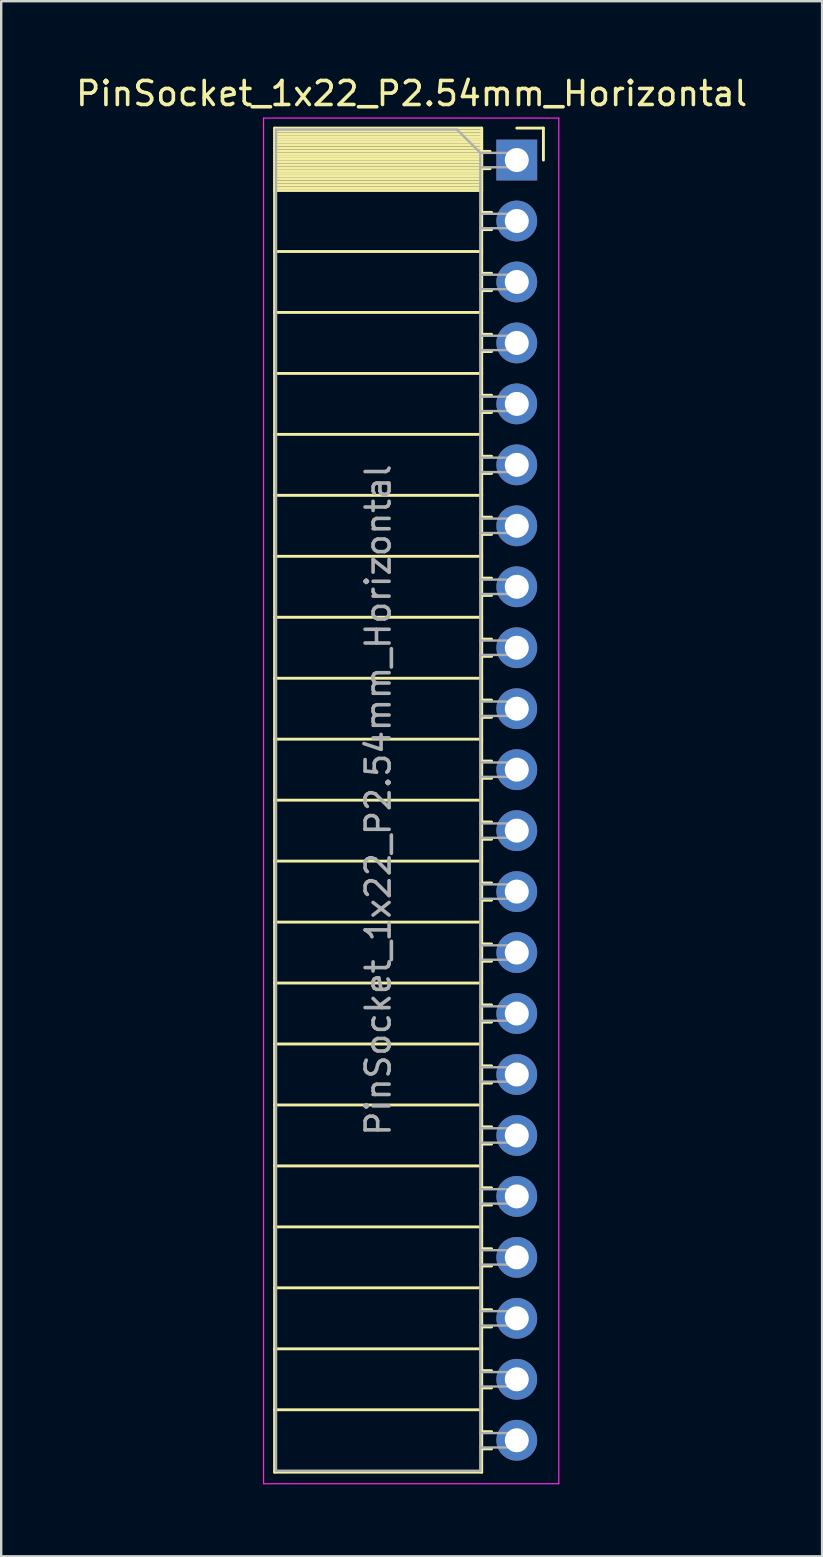
<source format=kicad_pcb>
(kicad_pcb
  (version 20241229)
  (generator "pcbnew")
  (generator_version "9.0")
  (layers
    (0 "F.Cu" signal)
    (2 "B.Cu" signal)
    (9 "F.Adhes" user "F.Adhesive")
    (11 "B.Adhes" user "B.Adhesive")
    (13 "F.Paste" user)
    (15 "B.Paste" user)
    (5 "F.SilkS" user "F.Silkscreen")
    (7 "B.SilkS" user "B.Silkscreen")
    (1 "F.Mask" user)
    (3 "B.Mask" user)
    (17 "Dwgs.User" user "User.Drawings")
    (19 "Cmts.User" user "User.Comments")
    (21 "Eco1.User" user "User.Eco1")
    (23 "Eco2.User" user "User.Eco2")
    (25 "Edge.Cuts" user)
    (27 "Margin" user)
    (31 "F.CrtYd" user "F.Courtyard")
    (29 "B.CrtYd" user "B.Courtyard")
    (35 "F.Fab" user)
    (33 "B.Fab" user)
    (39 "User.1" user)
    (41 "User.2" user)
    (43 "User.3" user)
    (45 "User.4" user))
  (footprint "PinSocket_1x22_P2.54mm_Horizontal"
    (layer "F.Cu")
    (at 18.481 3.618)
    (property "Reference" "PinSocket_1x22_P2.54mm_Horizontal" (at -4.38 -2.77 0) (layer "F.SilkS") (effects (font (size 1 1) (thickness 0.15))))
    (attr through_hole)
    (fp_line (start -10.09 -1.33) (end -10.09 54.67) (stroke (width 0.12) (type solid)) (layer "F.SilkS"))
    (fp_line (start -10.09 -1.33) (end -1.46 -1.33) (stroke (width 0.12) (type solid)) (layer "F.SilkS"))
    (fp_line (start -10.09 -1.21) (end -1.46 -1.21) (stroke (width 0.12) (type solid)) (layer "F.SilkS"))
    (fp_line (start -10.09 -1.092) (end -1.46 -1.092) (stroke (width 0.12) (type solid)) (layer "F.SilkS"))
    (fp_line (start -10.09 -0.974) (end -1.46 -0.974) (stroke (width 0.12) (type solid)) (layer "F.SilkS"))
    (fp_line (start -10.09 -0.856) (end -1.46 -0.856) (stroke (width 0.12) (type solid)) (layer "F.SilkS"))
    (fp_line (start -10.09 -0.738) (end -1.46 -0.738) (stroke (width 0.12) (type solid)) (layer "F.SilkS"))
    (fp_line (start -10.09 -0.62) (end -1.46 -0.62) (stroke (width 0.12) (type solid)) (layer "F.SilkS"))
    (fp_line (start -10.09 -0.501) (end -1.46 -0.501) (stroke (width 0.12) (type solid)) (layer "F.SilkS"))
    (fp_line (start -10.09 -0.383) (end -1.46 -0.383) (stroke (width 0.12) (type solid)) (layer "F.SilkS"))
    (fp_line (start -10.09 -0.265) (end -1.46 -0.265) (stroke (width 0.12) (type solid)) (layer "F.SilkS"))
    (fp_line (start -10.09 -0.147) (end -1.46 -0.147) (stroke (width 0.12) (type solid)) (layer "F.SilkS"))
    (fp_line (start -10.09 -0.029) (end -1.46 -0.029) (stroke (width 0.12) (type solid)) (layer "F.SilkS"))
    (fp_line (start -10.09 0.089) (end -1.46 0.089) (stroke (width 0.12) (type solid)) (layer "F.SilkS"))
    (fp_line (start -10.09 0.207) (end -1.46 0.207) (stroke (width 0.12) (type solid)) (layer "F.SilkS"))
    (fp_line (start -10.09 0.325) (end -1.46 0.325) (stroke (width 0.12) (type solid)) (layer "F.SilkS"))
    (fp_line (start -10.09 0.443) (end -1.46 0.443) (stroke (width 0.12) (type solid)) (layer "F.SilkS"))
    (fp_line (start -10.09 0.561) (end -1.46 0.561) (stroke (width 0.12) (type solid)) (layer "F.SilkS"))
    (fp_line (start -10.09 0.68) (end -1.46 0.68) (stroke (width 0.12) (type solid)) (layer "F.SilkS"))
    (fp_line (start -10.09 0.798) (end -1.46 0.798) (stroke (width 0.12) (type solid)) (layer "F.SilkS"))
    (fp_line (start -10.09 0.916) (end -1.46 0.916) (stroke (width 0.12) (type solid)) (layer "F.SilkS"))
    (fp_line (start -10.09 1.034) (end -1.46 1.034) (stroke (width 0.12) (type solid)) (layer "F.SilkS"))
    (fp_line (start -10.09 1.152) (end -1.46 1.152) (stroke (width 0.12) (type solid)) (layer "F.SilkS"))
    (fp_line (start -10.09 1.27) (end -1.46 1.27) (stroke (width 0.12) (type solid)) (layer "F.SilkS"))
    (fp_line (start -10.09 3.81) (end -1.46 3.81) (stroke (width 0.12) (type solid)) (layer "F.SilkS"))
    (fp_line (start -10.09 6.35) (end -1.46 6.35) (stroke (width 0.12) (type solid)) (layer "F.SilkS"))
    (fp_line (start -10.09 8.89) (end -1.46 8.89) (stroke (width 0.12) (type solid)) (layer "F.SilkS"))
    (fp_line (start -10.09 11.43) (end -1.46 11.43) (stroke (width 0.12) (type solid)) (layer "F.SilkS"))
    (fp_line (start -10.09 13.97) (end -1.46 13.97) (stroke (width 0.12) (type solid)) (layer "F.SilkS"))
    (fp_line (start -10.09 16.51) (end -1.46 16.51) (stroke (width 0.12) (type solid)) (layer "F.SilkS"))
    (fp_line (start -10.09 19.05) (end -1.46 19.05) (stroke (width 0.12) (type solid)) (layer "F.SilkS"))
    (fp_line (start -10.09 21.59) (end -1.46 21.59) (stroke (width 0.12) (type solid)) (layer "F.SilkS"))
    (fp_line (start -10.09 24.13) (end -1.46 24.13) (stroke (width 0.12) (type solid)) (layer "F.SilkS"))
    (fp_line (start -10.09 26.67) (end -1.46 26.67) (stroke (width 0.12) (type solid)) (layer "F.SilkS"))
    (fp_line (start -10.09 29.21) (end -1.46 29.21) (stroke (width 0.12) (type solid)) (layer "F.SilkS"))
    (fp_line (start -10.09 31.75) (end -1.46 31.75) (stroke (width 0.12) (type solid)) (layer "F.SilkS"))
    (fp_line (start -10.09 34.29) (end -1.46 34.29) (stroke (width 0.12) (type solid)) (layer "F.SilkS"))
    (fp_line (start -10.09 36.83) (end -1.46 36.83) (stroke (width 0.12) (type solid)) (layer "F.SilkS"))
    (fp_line (start -10.09 39.37) (end -1.46 39.37) (stroke (width 0.12) (type solid)) (layer "F.SilkS"))
    (fp_line (start -10.09 41.91) (end -1.46 41.91) (stroke (width 0.12) (type solid)) (layer "F.SilkS"))
    (fp_line (start -10.09 44.45) (end -1.46 44.45) (stroke (width 0.12) (type solid)) (layer "F.SilkS"))
    (fp_line (start -10.09 46.99) (end -1.46 46.99) (stroke (width 0.12) (type solid)) (layer "F.SilkS"))
    (fp_line (start -10.09 49.53) (end -1.46 49.53) (stroke (width 0.12) (type solid)) (layer "F.SilkS"))
    (fp_line (start -10.09 52.07) (end -1.46 52.07) (stroke (width 0.12) (type solid)) (layer "F.SilkS"))
    (fp_line (start -10.09 54.67) (end -1.46 54.67) (stroke (width 0.12) (type solid)) (layer "F.SilkS"))
    (fp_line (start -1.46 -1.33) (end -1.46 54.67) (stroke (width 0.12) (type solid)) (layer "F.SilkS"))
    (fp_line (start -1.46 -0.36) (end -1.11 -0.36) (stroke (width 0.12) (type solid)) (layer "F.SilkS"))
    (fp_line (start -1.46 0.36) (end -1.11 0.36) (stroke (width 0.12) (type solid)) (layer "F.SilkS"))
    (fp_line (start -1.46 2.18) (end -1.05 2.18) (stroke (width 0.12) (type solid)) (layer "F.SilkS"))
    (fp_line (start -1.46 2.9) (end -1.05 2.9) (stroke (width 0.12) (type solid)) (layer "F.SilkS"))
    (fp_line (start -1.46 4.72) (end -1.05 4.72) (stroke (width 0.12) (type solid)) (layer "F.SilkS"))
    (fp_line (start -1.46 5.44) (end -1.05 5.44) (stroke (width 0.12) (type solid)) (layer "F.SilkS"))
    (fp_line (start -1.46 7.26) (end -1.05 7.26) (stroke (width 0.12) (type solid)) (layer "F.SilkS"))
    (fp_line (start -1.46 7.98) (end -1.05 7.98) (stroke (width 0.12) (type solid)) (layer "F.SilkS"))
    (fp_line (start -1.46 9.8) (end -1.05 9.8) (stroke (width 0.12) (type solid)) (layer "F.SilkS"))
    (fp_line (start -1.46 10.52) (end -1.05 10.52) (stroke (width 0.12) (type solid)) (layer "F.SilkS"))
    (fp_line (start -1.46 12.34) (end -1.05 12.34) (stroke (width 0.12) (type solid)) (layer "F.SilkS"))
    (fp_line (start -1.46 13.06) (end -1.05 13.06) (stroke (width 0.12) (type solid)) (layer "F.SilkS"))
    (fp_line (start -1.46 14.88) (end -1.05 14.88) (stroke (width 0.12) (type solid)) (layer "F.SilkS"))
    (fp_line (start -1.46 15.6) (end -1.05 15.6) (stroke (width 0.12) (type solid)) (layer "F.SilkS"))
    (fp_line (start -1.46 17.42) (end -1.05 17.42) (stroke (width 0.12) (type solid)) (layer "F.SilkS"))
    (fp_line (start -1.46 18.14) (end -1.05 18.14) (stroke (width 0.12) (type solid)) (layer "F.SilkS"))
    (fp_line (start -1.46 19.96) (end -1.05 19.96) (stroke (width 0.12) (type solid)) (layer "F.SilkS"))
    (fp_line (start -1.46 20.68) (end -1.05 20.68) (stroke (width 0.12) (type solid)) (layer "F.SilkS"))
    (fp_line (start -1.46 22.5) (end -1.05 22.5) (stroke (width 0.12) (type solid)) (layer "F.SilkS"))
    (fp_line (start -1.46 23.22) (end -1.05 23.22) (stroke (width 0.12) (type solid)) (layer "F.SilkS"))
    (fp_line (start -1.46 25.04) (end -1.05 25.04) (stroke (width 0.12) (type solid)) (layer "F.SilkS"))
    (fp_line (start -1.46 25.76) (end -1.05 25.76) (stroke (width 0.12) (type solid)) (layer "F.SilkS"))
    (fp_line (start -1.46 27.58) (end -1.05 27.58) (stroke (width 0.12) (type solid)) (layer "F.SilkS"))
    (fp_line (start -1.46 28.3) (end -1.05 28.3) (stroke (width 0.12) (type solid)) (layer "F.SilkS"))
    (fp_line (start -1.46 30.12) (end -1.05 30.12) (stroke (width 0.12) (type solid)) (layer "F.SilkS"))
    (fp_line (start -1.46 30.84) (end -1.05 30.84) (stroke (width 0.12) (type solid)) (layer "F.SilkS"))
    (fp_line (start -1.46 32.66) (end -1.05 32.66) (stroke (width 0.12) (type solid)) (layer "F.SilkS"))
    (fp_line (start -1.46 33.38) (end -1.05 33.38) (stroke (width 0.12) (type solid)) (layer "F.SilkS"))
    (fp_line (start -1.46 35.2) (end -1.05 35.2) (stroke (width 0.12) (type solid)) (layer "F.SilkS"))
    (fp_line (start -1.46 35.92) (end -1.05 35.92) (stroke (width 0.12) (type solid)) (layer "F.SilkS"))
    (fp_line (start -1.46 37.74) (end -1.05 37.74) (stroke (width 0.12) (type solid)) (layer "F.SilkS"))
    (fp_line (start -1.46 38.46) (end -1.05 38.46) (stroke (width 0.12) (type solid)) (layer "F.SilkS"))
    (fp_line (start -1.46 40.28) (end -1.05 40.28) (stroke (width 0.12) (type solid)) (layer "F.SilkS"))
    (fp_line (start -1.46 41) (end -1.05 41) (stroke (width 0.12) (type solid)) (layer "F.SilkS"))
    (fp_line (start -1.46 42.82) (end -1.05 42.82) (stroke (width 0.12) (type solid)) (layer "F.SilkS"))
    (fp_line (start -1.46 43.54) (end -1.05 43.54) (stroke (width 0.12) (type solid)) (layer "F.SilkS"))
    (fp_line (start -1.46 45.36) (end -1.05 45.36) (stroke (width 0.12) (type solid)) (layer "F.SilkS"))
    (fp_line (start -1.46 46.08) (end -1.05 46.08) (stroke (width 0.12) (type solid)) (layer "F.SilkS"))
    (fp_line (start -1.46 47.9) (end -1.05 47.9) (stroke (width 0.12) (type solid)) (layer "F.SilkS"))
    (fp_line (start -1.46 48.62) (end -1.05 48.62) (stroke (width 0.12) (type solid)) (layer "F.SilkS"))
    (fp_line (start -1.46 50.44) (end -1.05 50.44) (stroke (width 0.12) (type solid)) (layer "F.SilkS"))
    (fp_line (start -1.46 51.16) (end -1.05 51.16) (stroke (width 0.12) (type solid)) (layer "F.SilkS"))
    (fp_line (start -1.46 52.98) (end -1.05 52.98) (stroke (width 0.12) (type solid)) (layer "F.SilkS"))
    (fp_line (start -1.46 53.7) (end -1.05 53.7) (stroke (width 0.12) (type solid)) (layer "F.SilkS"))
    (fp_line (start 0 -1.33) (end 1.11 -1.33) (stroke (width 0.12) (type solid)) (layer "F.SilkS"))
    (fp_line (start 1.11 -1.33) (end 1.11 0) (stroke (width 0.12) (type solid)) (layer "F.SilkS"))
    (fp_line (start -10.55 -1.75) (end -10.55 55.15) (stroke (width 0.05) (type solid)) (layer "F.CrtYd"))
    (fp_line (start -10.55 55.15) (end 1.75 55.15) (stroke (width 0.05) (type solid)) (layer "F.CrtYd"))
    (fp_line (start 1.75 -1.75) (end -10.55 -1.75) (stroke (width 0.05) (type solid)) (layer "F.CrtYd"))
    (fp_line (start 1.75 55.15) (end 1.75 -1.75) (stroke (width 0.05) (type solid)) (layer "F.CrtYd"))
    (fp_line (start -10.03 -1.27) (end -2.49 -1.27) (stroke (width 0.1) (type solid)) (layer "F.Fab"))
    (fp_line (start -10.03 54.61) (end -10.03 -1.27) (stroke (width 0.1) (type solid)) (layer "F.Fab"))
    (fp_line (start -2.49 -1.27) (end -1.52 -0.3) (stroke (width 0.1) (type solid)) (layer "F.Fab"))
    (fp_line (start -1.52 -0.3) (end -1.52 54.61) (stroke (width 0.1) (type solid)) (layer "F.Fab"))
    (fp_line (start -1.52 0.3) (end 0 0.3) (stroke (width 0.1) (type solid)) (layer "F.Fab"))
    (fp_line (start -1.52 2.84) (end 0 2.84) (stroke (width 0.1) (type solid)) (layer "F.Fab"))
    (fp_line (start -1.52 5.38) (end 0 5.38) (stroke (width 0.1) (type solid)) (layer "F.Fab"))
    (fp_line (start -1.52 7.92) (end 0 7.92) (stroke (width 0.1) (type solid)) (layer "F.Fab"))
    (fp_line (start -1.52 10.46) (end 0 10.46) (stroke (width 0.1) (type solid)) (layer "F.Fab"))
    (fp_line (start -1.52 13) (end 0 13) (stroke (width 0.1) (type solid)) (layer "F.Fab"))
    (fp_line (start -1.52 15.54) (end 0 15.54) (stroke (width 0.1) (type solid)) (layer "F.Fab"))
    (fp_line (start -1.52 18.08) (end 0 18.08) (stroke (width 0.1) (type solid)) (layer "F.Fab"))
    (fp_line (start -1.52 20.62) (end 0 20.62) (stroke (width 0.1) (type solid)) (layer "F.Fab"))
    (fp_line (start -1.52 23.16) (end 0 23.16) (stroke (width 0.1) (type solid)) (layer "F.Fab"))
    (fp_line (start -1.52 25.7) (end 0 25.7) (stroke (width 0.1) (type solid)) (layer "F.Fab"))
    (fp_line (start -1.52 28.24) (end 0 28.24) (stroke (width 0.1) (type solid)) (layer "F.Fab"))
    (fp_line (start -1.52 30.78) (end 0 30.78) (stroke (width 0.1) (type solid)) (layer "F.Fab"))
    (fp_line (start -1.52 33.32) (end 0 33.32) (stroke (width 0.1) (type solid)) (layer "F.Fab"))
    (fp_line (start -1.52 35.86) (end 0 35.86) (stroke (width 0.1) (type solid)) (layer "F.Fab"))
    (fp_line (start -1.52 38.4) (end 0 38.4) (stroke (width 0.1) (type solid)) (layer "F.Fab"))
    (fp_line (start -1.52 40.94) (end 0 40.94) (stroke (width 0.1) (type solid)) (layer "F.Fab"))
    (fp_line (start -1.52 43.48) (end 0 43.48) (stroke (width 0.1) (type solid)) (layer "F.Fab"))
    (fp_line (start -1.52 46.02) (end 0 46.02) (stroke (width 0.1) (type solid)) (layer "F.Fab"))
    (fp_line (start -1.52 48.56) (end 0 48.56) (stroke (width 0.1) (type solid)) (layer "F.Fab"))
    (fp_line (start -1.52 51.1) (end 0 51.1) (stroke (width 0.1) (type solid)) (layer "F.Fab"))
    (fp_line (start -1.52 53.64) (end 0 53.64) (stroke (width 0.1) (type solid)) (layer "F.Fab"))
    (fp_line (start -1.52 54.61) (end -10.03 54.61) (stroke (width 0.1) (type solid)) (layer "F.Fab"))
    (fp_line (start 0 -0.3) (end -1.52 -0.3) (stroke (width 0.1) (type solid)) (layer "F.Fab"))
    (fp_line (start 0 0.3) (end 0 -0.3) (stroke (width 0.1) (type solid)) (layer "F.Fab"))
    (fp_line (start 0 2.24) (end -1.52 2.24) (stroke (width 0.1) (type solid)) (layer "F.Fab"))
    (fp_line (start 0 2.84) (end 0 2.24) (stroke (width 0.1) (type solid)) (layer "F.Fab"))
    (fp_line (start 0 4.78) (end -1.52 4.78) (stroke (width 0.1) (type solid)) (layer "F.Fab"))
    (fp_line (start 0 5.38) (end 0 4.78) (stroke (width 0.1) (type solid)) (layer "F.Fab"))
    (fp_line (start 0 7.32) (end -1.52 7.32) (stroke (width 0.1) (type solid)) (layer "F.Fab"))
    (fp_line (start 0 7.92) (end 0 7.32) (stroke (width 0.1) (type solid)) (layer "F.Fab"))
    (fp_line (start 0 9.86) (end -1.52 9.86) (stroke (width 0.1) (type solid)) (layer "F.Fab"))
    (fp_line (start 0 10.46) (end 0 9.86) (stroke (width 0.1) (type solid)) (layer "F.Fab"))
    (fp_line (start 0 12.4) (end -1.52 12.4) (stroke (width 0.1) (type solid)) (layer "F.Fab"))
    (fp_line (start 0 13) (end 0 12.4) (stroke (width 0.1) (type solid)) (layer "F.Fab"))
    (fp_line (start 0 14.94) (end -1.52 14.94) (stroke (width 0.1) (type solid)) (layer "F.Fab"))
    (fp_line (start 0 15.54) (end 0 14.94) (stroke (width 0.1) (type solid)) (layer "F.Fab"))
    (fp_line (start 0 17.48) (end -1.52 17.48) (stroke (width 0.1) (type solid)) (layer "F.Fab"))
    (fp_line (start 0 18.08) (end 0 17.48) (stroke (width 0.1) (type solid)) (layer "F.Fab"))
    (fp_line (start 0 20.02) (end -1.52 20.02) (stroke (width 0.1) (type solid)) (layer "F.Fab"))
    (fp_line (start 0 20.62) (end 0 20.02) (stroke (width 0.1) (type solid)) (layer "F.Fab"))
    (fp_line (start 0 22.56) (end -1.52 22.56) (stroke (width 0.1) (type solid)) (layer "F.Fab"))
    (fp_line (start 0 23.16) (end 0 22.56) (stroke (width 0.1) (type solid)) (layer "F.Fab"))
    (fp_line (start 0 25.1) (end -1.52 25.1) (stroke (width 0.1) (type solid)) (layer "F.Fab"))
    (fp_line (start 0 25.7) (end 0 25.1) (stroke (width 0.1) (type solid)) (layer "F.Fab"))
    (fp_line (start 0 27.64) (end -1.52 27.64) (stroke (width 0.1) (type solid)) (layer "F.Fab"))
    (fp_line (start 0 28.24) (end 0 27.64) (stroke (width 0.1) (type solid)) (layer "F.Fab"))
    (fp_line (start 0 30.18) (end -1.52 30.18) (stroke (width 0.1) (type solid)) (layer "F.Fab"))
    (fp_line (start 0 30.78) (end 0 30.18) (stroke (width 0.1) (type solid)) (layer "F.Fab"))
    (fp_line (start 0 32.72) (end -1.52 32.72) (stroke (width 0.1) (type solid)) (layer "F.Fab"))
    (fp_line (start 0 33.32) (end 0 32.72) (stroke (width 0.1) (type solid)) (layer "F.Fab"))
    (fp_line (start 0 35.26) (end -1.52 35.26) (stroke (width 0.1) (type solid)) (layer "F.Fab"))
    (fp_line (start 0 35.86) (end 0 35.26) (stroke (width 0.1) (type solid)) (layer "F.Fab"))
    (fp_line (start 0 37.8) (end -1.52 37.8) (stroke (width 0.1) (type solid)) (layer "F.Fab"))
    (fp_line (start 0 38.4) (end 0 37.8) (stroke (width 0.1) (type solid)) (layer "F.Fab"))
    (fp_line (start 0 40.34) (end -1.52 40.34) (stroke (width 0.1) (type solid)) (layer "F.Fab"))
    (fp_line (start 0 40.94) (end 0 40.34) (stroke (width 0.1) (type solid)) (layer "F.Fab"))
    (fp_line (start 0 42.88) (end -1.52 42.88) (stroke (width 0.1) (type solid)) (layer "F.Fab"))
    (fp_line (start 0 43.48) (end 0 42.88) (stroke (width 0.1) (type solid)) (layer "F.Fab"))
    (fp_line (start 0 45.42) (end -1.52 45.42) (stroke (width 0.1) (type solid)) (layer "F.Fab"))
    (fp_line (start 0 46.02) (end 0 45.42) (stroke (width 0.1) (type solid)) (layer "F.Fab"))
    (fp_line (start 0 47.96) (end -1.52 47.96) (stroke (width 0.1) (type solid)) (layer "F.Fab"))
    (fp_line (start 0 48.56) (end 0 47.96) (stroke (width 0.1) (type solid)) (layer "F.Fab"))
    (fp_line (start 0 50.5) (end -1.52 50.5) (stroke (width 0.1) (type solid)) (layer "F.Fab"))
    (fp_line (start 0 51.1) (end 0 50.5) (stroke (width 0.1) (type solid)) (layer "F.Fab"))
    (fp_line (start 0 53.04) (end -1.52 53.04) (stroke (width 0.1) (type solid)) (layer "F.Fab"))
    (fp_line (start 0 53.64) (end 0 53.04) (stroke (width 0.1) (type solid)) (layer "F.Fab"))
    (fp_text user "${REFERENCE}" (at -5.775 26.67 90) (layer "F.Fab") (effects (font (size 1 1) (thickness 0.15))))
    (pad "1" thru_hole rect (at 0 0) (size 1.7 1.7) (drill 1) (layers "*.Cu" "*.Mask"))
    (pad "2" thru_hole oval (at 0 2.54) (size 1.7 1.7) (drill 1) (layers "*.Cu" "*.Mask"))
    (pad "3" thru_hole oval (at 0 5.08) (size 1.7 1.7) (drill 1) (layers "*.Cu" "*.Mask"))
    (pad "4" thru_hole oval (at 0 7.62) (size 1.7 1.7) (drill 1) (layers "*.Cu" "*.Mask"))
    (pad "5" thru_hole oval (at 0 10.16) (size 1.7 1.7) (drill 1) (layers "*.Cu" "*.Mask"))
    (pad "6" thru_hole oval (at 0 12.7) (size 1.7 1.7) (drill 1) (layers "*.Cu" "*.Mask"))
    (pad "7" thru_hole oval (at 0 15.24) (size 1.7 1.7) (drill 1) (layers "*.Cu" "*.Mask"))
    (pad "8" thru_hole oval (at 0 17.78) (size 1.7 1.7) (drill 1) (layers "*.Cu" "*.Mask"))
    (pad "9" thru_hole oval (at 0 20.32) (size 1.7 1.7) (drill 1) (layers "*.Cu" "*.Mask"))
    (pad "10" thru_hole oval (at 0 22.86) (size 1.7 1.7) (drill 1) (layers "*.Cu" "*.Mask"))
    (pad "11" thru_hole oval (at 0 25.4) (size 1.7 1.7) (drill 1) (layers "*.Cu" "*.Mask"))
    (pad "12" thru_hole oval (at 0 27.94) (size 1.7 1.7) (drill 1) (layers "*.Cu" "*.Mask"))
    (pad "13" thru_hole oval (at 0 30.48) (size 1.7 1.7) (drill 1) (layers "*.Cu" "*.Mask"))
    (pad "14" thru_hole oval (at 0 33.02) (size 1.7 1.7) (drill 1) (layers "*.Cu" "*.Mask"))
    (pad "15" thru_hole oval (at 0 35.56) (size 1.7 1.7) (drill 1) (layers "*.Cu" "*.Mask"))
    (pad "16" thru_hole oval (at 0 38.1) (size 1.7 1.7) (drill 1) (layers "*.Cu" "*.Mask"))
    (pad "17" thru_hole oval (at 0 40.64) (size 1.7 1.7) (drill 1) (layers "*.Cu" "*.Mask"))
    (pad "18" thru_hole oval (at 0 43.18) (size 1.7 1.7) (drill 1) (layers "*.Cu" "*.Mask"))
    (pad "19" thru_hole oval (at 0 45.72) (size 1.7 1.7) (drill 1) (layers "*.Cu" "*.Mask"))
    (pad "20" thru_hole oval (at 0 48.26) (size 1.7 1.7) (drill 1) (layers "*.Cu" "*.Mask"))
    (pad "21" thru_hole oval (at 0 50.8) (size 1.7 1.7) (drill 1) (layers "*.Cu" "*.Mask"))
    (pad "22" thru_hole oval (at 0 53.34) (size 1.7 1.7) (drill 1) (layers "*.Cu" "*.Mask")))
  (gr_rect
    (start -3 -3)
    (end 31.202 61.793)
    (stroke (width 0.1) (type default))
    (fill no)
    (layer "Edge.Cuts")))
</source>
